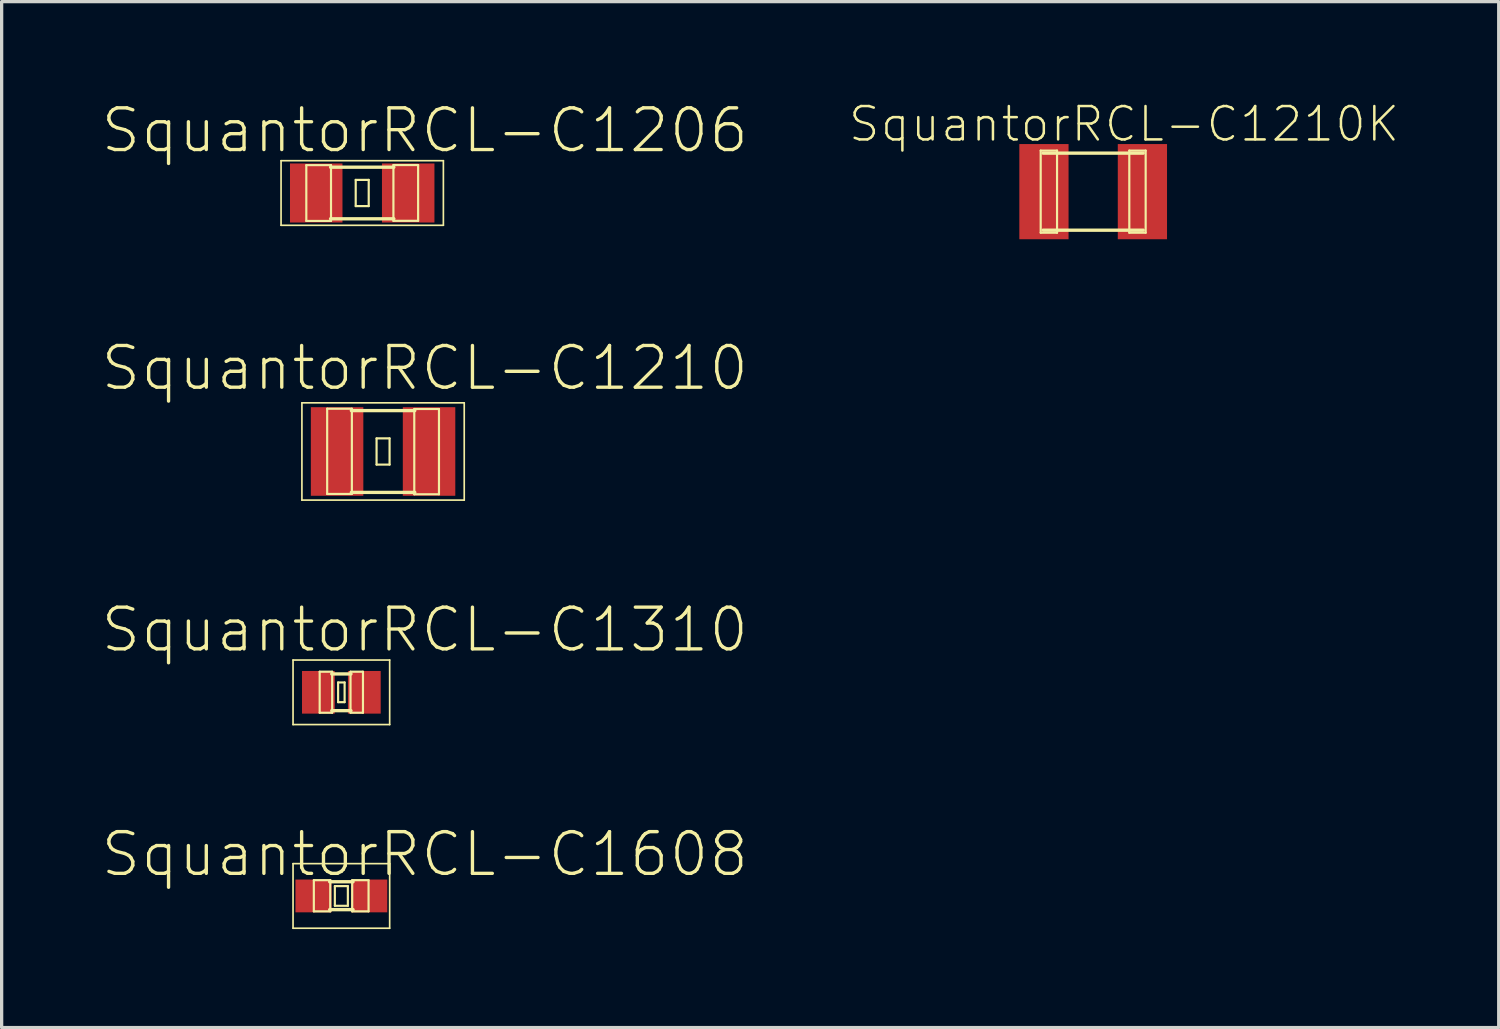
<source format=kicad_pcb>
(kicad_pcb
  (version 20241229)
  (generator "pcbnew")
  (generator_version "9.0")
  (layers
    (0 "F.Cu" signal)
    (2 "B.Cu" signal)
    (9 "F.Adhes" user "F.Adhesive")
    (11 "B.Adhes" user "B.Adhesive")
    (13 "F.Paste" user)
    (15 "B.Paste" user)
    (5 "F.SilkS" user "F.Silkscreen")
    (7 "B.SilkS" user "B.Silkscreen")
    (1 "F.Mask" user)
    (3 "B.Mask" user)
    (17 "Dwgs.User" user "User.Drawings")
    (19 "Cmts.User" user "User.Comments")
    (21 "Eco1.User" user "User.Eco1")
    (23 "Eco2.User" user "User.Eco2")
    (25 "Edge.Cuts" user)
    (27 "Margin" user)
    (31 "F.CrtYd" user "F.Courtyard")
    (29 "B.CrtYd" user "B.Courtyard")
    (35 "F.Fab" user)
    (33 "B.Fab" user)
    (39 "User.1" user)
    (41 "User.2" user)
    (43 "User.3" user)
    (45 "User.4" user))
  (footprint "SquantorRCL-C1310"
    (layer "F.Cu")
    (at 7.343 18.028)
    (property "Reference" "SquantorRCL-C1310" (at 2.54 -1.905 0) (layer "F.SilkS") (effects (font (size 1.27 1.27) (thickness 0.102))))
    (attr smd)
    (fp_line (start -1.471 -0.983) (end 1.471 -0.983) (stroke (width 0.051) (type solid)) (layer "F.SilkS"))
    (fp_line (start -1.471 0.983) (end -1.471 -0.983) (stroke (width 0.051) (type solid)) (layer "F.SilkS"))
    (fp_line (start -0.66 -0.627) (end -0.279 -0.627) (stroke (width 0.066) (type solid)) (layer "F.SilkS"))
    (fp_line (start -0.66 0.622) (end -0.66 -0.627) (stroke (width 0.066) (type solid)) (layer "F.SilkS"))
    (fp_line (start -0.66 0.622) (end -0.279 0.622) (stroke (width 0.066) (type solid)) (layer "F.SilkS"))
    (fp_line (start -0.292 -0.559) (end 0.292 -0.559) (stroke (width 0.102) (type solid)) (layer "F.SilkS"))
    (fp_line (start -0.292 0.559) (end 0.292 0.559) (stroke (width 0.102) (type solid)) (layer "F.SilkS"))
    (fp_line (start -0.279 0.622) (end -0.279 -0.627) (stroke (width 0.066) (type solid)) (layer "F.SilkS"))
    (fp_line (start -0.099 -0.3) (end 0.099 -0.3) (stroke (width 0.066) (type solid)) (layer "F.SilkS"))
    (fp_line (start -0.099 0.3) (end -0.099 -0.3) (stroke (width 0.066) (type solid)) (layer "F.SilkS"))
    (fp_line (start -0.099 0.3) (end 0.099 0.3) (stroke (width 0.066) (type solid)) (layer "F.SilkS"))
    (fp_line (start 0.099 0.3) (end 0.099 -0.3) (stroke (width 0.066) (type solid)) (layer "F.SilkS"))
    (fp_line (start 0.279 -0.627) (end 0.658 -0.627) (stroke (width 0.066) (type solid)) (layer "F.SilkS"))
    (fp_line (start 0.279 0.622) (end 0.279 -0.627) (stroke (width 0.066) (type solid)) (layer "F.SilkS"))
    (fp_line (start 0.279 0.622) (end 0.658 0.622) (stroke (width 0.066) (type solid)) (layer "F.SilkS"))
    (fp_line (start 0.658 0.622) (end 0.658 -0.627) (stroke (width 0.066) (type solid)) (layer "F.SilkS"))
    (fp_line (start 1.471 -0.983) (end 1.471 0.983) (stroke (width 0.051) (type solid)) (layer "F.SilkS"))
    (fp_line (start 1.471 0.983) (end -1.471 0.983) (stroke (width 0.051) (type solid)) (layer "F.SilkS"))
    (pad "1" smd rect (at -0.699 0) (size 0.998 1.298) (layers "F.Cu" "F.Mask" "F.Paste"))
    (pad "2" smd rect (at 0.699 0) (size 0.998 1.298) (layers "F.Cu" "F.Mask" "F.Paste")))
  (footprint "SquantorRCL-C1210"
    (layer "F.Cu")
    (at 8.613 10.696)
    (property "Reference" "SquantorRCL-C1210" (at 1.27 -2.54 0) (layer "F.SilkS") (effects (font (size 1.27 1.27) (thickness 0.102))))
    (attr smd)
    (fp_line (start -2.471 -1.481) (end 2.471 -1.481) (stroke (width 0.051) (type solid)) (layer "F.SilkS"))
    (fp_line (start -2.471 1.481) (end -2.471 -1.481) (stroke (width 0.051) (type solid)) (layer "F.SilkS"))
    (fp_line (start -1.702 -1.303) (end -0.95 -1.303) (stroke (width 0.066) (type solid)) (layer "F.SilkS"))
    (fp_line (start -1.702 1.293) (end -1.702 -1.303) (stroke (width 0.066) (type solid)) (layer "F.SilkS"))
    (fp_line (start -1.702 1.293) (end -0.95 1.293) (stroke (width 0.066) (type solid)) (layer "F.SilkS"))
    (fp_line (start -0.965 -1.245) (end 0.965 -1.245) (stroke (width 0.102) (type solid)) (layer "F.SilkS"))
    (fp_line (start -0.965 1.245) (end 0.965 1.245) (stroke (width 0.102) (type solid)) (layer "F.SilkS"))
    (fp_line (start -0.95 1.293) (end -0.95 -1.303) (stroke (width 0.066) (type solid)) (layer "F.SilkS"))
    (fp_line (start -0.198 -0.399) (end 0.198 -0.399) (stroke (width 0.066) (type solid)) (layer "F.SilkS"))
    (fp_line (start -0.198 0.399) (end -0.198 -0.399) (stroke (width 0.066) (type solid)) (layer "F.SilkS"))
    (fp_line (start -0.198 0.399) (end 0.198 0.399) (stroke (width 0.066) (type solid)) (layer "F.SilkS"))
    (fp_line (start 0.198 0.399) (end 0.198 -0.399) (stroke (width 0.066) (type solid)) (layer "F.SilkS"))
    (fp_line (start 0.95 -1.293) (end 1.702 -1.293) (stroke (width 0.066) (type solid)) (layer "F.SilkS"))
    (fp_line (start 0.95 1.303) (end 0.95 -1.293) (stroke (width 0.066) (type solid)) (layer "F.SilkS"))
    (fp_line (start 0.95 1.303) (end 1.702 1.303) (stroke (width 0.066) (type solid)) (layer "F.SilkS"))
    (fp_line (start 1.702 1.303) (end 1.702 -1.293) (stroke (width 0.066) (type solid)) (layer "F.SilkS"))
    (fp_line (start 2.471 -1.481) (end 2.471 1.481) (stroke (width 0.051) (type solid)) (layer "F.SilkS"))
    (fp_line (start 2.471 1.481) (end -2.471 1.481) (stroke (width 0.051) (type solid)) (layer "F.SilkS"))
    (pad "1" smd rect (at -1.4 0) (size 1.598 2.697) (layers "F.Cu" "F.Mask" "F.Paste"))
    (pad "2" smd rect (at 1.4 0) (size 1.598 2.697) (layers "F.Cu" "F.Mask" "F.Paste")))
  (footprint "SquantorRCL-C1206"
    (layer "F.Cu")
    (at 7.978 2.826)
    (property "Reference" "SquantorRCL-C1206" (at 1.905 -1.905 0) (layer "F.SilkS") (effects (font (size 1.27 1.27) (thickness 0.102))))
    (attr smd)
    (fp_line (start -2.471 -0.983) (end 2.471 -0.983) (stroke (width 0.051) (type solid)) (layer "F.SilkS"))
    (fp_line (start -2.471 0.983) (end -2.471 -0.983) (stroke (width 0.051) (type solid)) (layer "F.SilkS"))
    (fp_line (start -1.702 -0.848) (end -0.95 -0.848) (stroke (width 0.066) (type solid)) (layer "F.SilkS"))
    (fp_line (start -1.702 0.851) (end -1.702 -0.848) (stroke (width 0.066) (type solid)) (layer "F.SilkS"))
    (fp_line (start -1.702 0.851) (end -0.95 0.851) (stroke (width 0.066) (type solid)) (layer "F.SilkS"))
    (fp_line (start -0.963 -0.785) (end 0.963 -0.785) (stroke (width 0.102) (type solid)) (layer "F.SilkS"))
    (fp_line (start -0.963 0.785) (end 0.963 0.785) (stroke (width 0.102) (type solid)) (layer "F.SilkS"))
    (fp_line (start -0.95 0.851) (end -0.95 -0.848) (stroke (width 0.066) (type solid)) (layer "F.SilkS"))
    (fp_line (start -0.198 -0.399) (end 0.198 -0.399) (stroke (width 0.066) (type solid)) (layer "F.SilkS"))
    (fp_line (start -0.198 0.399) (end -0.198 -0.399) (stroke (width 0.066) (type solid)) (layer "F.SilkS"))
    (fp_line (start -0.198 0.399) (end 0.198 0.399) (stroke (width 0.066) (type solid)) (layer "F.SilkS"))
    (fp_line (start 0.198 0.399) (end 0.198 -0.399) (stroke (width 0.066) (type solid)) (layer "F.SilkS"))
    (fp_line (start 0.95 -0.851) (end 1.702 -0.851) (stroke (width 0.066) (type solid)) (layer "F.SilkS"))
    (fp_line (start 0.95 0.848) (end 0.95 -0.851) (stroke (width 0.066) (type solid)) (layer "F.SilkS"))
    (fp_line (start 0.95 0.848) (end 1.702 0.848) (stroke (width 0.066) (type solid)) (layer "F.SilkS"))
    (fp_line (start 1.702 0.848) (end 1.702 -0.851) (stroke (width 0.066) (type solid)) (layer "F.SilkS"))
    (fp_line (start 2.471 -0.983) (end 2.471 0.983) (stroke (width 0.051) (type solid)) (layer "F.SilkS"))
    (fp_line (start 2.471 0.983) (end -2.471 0.983) (stroke (width 0.051) (type solid)) (layer "F.SilkS"))
    (pad "1" smd rect (at -1.4 0) (size 1.598 1.798) (layers "F.Cu" "F.Mask" "F.Paste"))
    (pad "2" smd rect (at 1.4 0) (size 1.598 1.798) (layers "F.Cu" "F.Mask" "F.Paste")))
  (footprint "SquantorRCL-C1608"
    (layer "F.Cu")
    (at 7.343 24.228)
    (property "Reference" "SquantorRCL-C1608" (at 2.54 -1.27 0) (layer "F.SilkS") (effects (font (size 1.27 1.27) (thickness 0.102))))
    (attr smd)
    (fp_line (start -1.471 -0.983) (end 1.471 -0.983) (stroke (width 0.051) (type solid)) (layer "F.SilkS"))
    (fp_line (start -1.471 0.983) (end -1.471 -0.983) (stroke (width 0.051) (type solid)) (layer "F.SilkS"))
    (fp_line (start -0.838 -0.48) (end -0.338 -0.48) (stroke (width 0.066) (type solid)) (layer "F.SilkS"))
    (fp_line (start -0.838 0.47) (end -0.838 -0.48) (stroke (width 0.066) (type solid)) (layer "F.SilkS"))
    (fp_line (start -0.838 0.47) (end -0.338 0.47) (stroke (width 0.066) (type solid)) (layer "F.SilkS"))
    (fp_line (start -0.356 -0.432) (end 0.356 -0.432) (stroke (width 0.102) (type solid)) (layer "F.SilkS"))
    (fp_line (start -0.356 0.417) (end 0.356 0.417) (stroke (width 0.102) (type solid)) (layer "F.SilkS"))
    (fp_line (start -0.338 0.47) (end -0.338 -0.48) (stroke (width 0.066) (type solid)) (layer "F.SilkS"))
    (fp_line (start -0.198 -0.3) (end 0.198 -0.3) (stroke (width 0.066) (type solid)) (layer "F.SilkS"))
    (fp_line (start -0.198 0.3) (end -0.198 -0.3) (stroke (width 0.066) (type solid)) (layer "F.SilkS"))
    (fp_line (start -0.198 0.3) (end 0.198 0.3) (stroke (width 0.066) (type solid)) (layer "F.SilkS"))
    (fp_line (start 0.198 0.3) (end 0.198 -0.3) (stroke (width 0.066) (type solid)) (layer "F.SilkS"))
    (fp_line (start 0.33 -0.48) (end 0.828 -0.48) (stroke (width 0.066) (type solid)) (layer "F.SilkS"))
    (fp_line (start 0.33 0.47) (end 0.33 -0.48) (stroke (width 0.066) (type solid)) (layer "F.SilkS"))
    (fp_line (start 0.33 0.47) (end 0.828 0.47) (stroke (width 0.066) (type solid)) (layer "F.SilkS"))
    (fp_line (start 0.828 0.47) (end 0.828 -0.48) (stroke (width 0.066) (type solid)) (layer "F.SilkS"))
    (fp_line (start 1.471 -0.983) (end 1.471 0.983) (stroke (width 0.051) (type solid)) (layer "F.SilkS"))
    (fp_line (start 1.471 0.983) (end -1.471 0.983) (stroke (width 0.051) (type solid)) (layer "F.SilkS"))
    (pad "1" smd rect (at -0.848 0) (size 1.1 0.998) (layers "F.Cu" "F.Mask" "F.Paste"))
    (pad "2" smd rect (at 0.848 0) (size 1.1 0.998) (layers "F.Cu" "F.Mask" "F.Paste")))
  (footprint "SquantorRCL-C1210K"
    (layer "F.Cu")
    (at 30.233 2.785)
    (property "Reference" "SquantorRCL-C1210K" (at 0.94 -2.057 0) (layer "F.SilkS") (effects (font (size 1.016 1.016) (thickness 0.076))))
    (attr smd)
    (fp_line (start -1.598 -1.25) (end -1.1 -1.25) (stroke (width 0.066) (type solid)) (layer "F.SilkS"))
    (fp_line (start -1.598 1.25) (end -1.598 -1.25) (stroke (width 0.066) (type solid)) (layer "F.SilkS"))
    (fp_line (start -1.598 1.25) (end -1.1 1.25) (stroke (width 0.066) (type solid)) (layer "F.SilkS"))
    (fp_line (start -1.524 -1.173) (end 1.524 -1.173) (stroke (width 0.102) (type solid)) (layer "F.SilkS"))
    (fp_line (start -1.1 1.25) (end -1.1 -1.25) (stroke (width 0.066) (type solid)) (layer "F.SilkS"))
    (fp_line (start 1.1 -1.25) (end 1.598 -1.25) (stroke (width 0.066) (type solid)) (layer "F.SilkS"))
    (fp_line (start 1.1 1.25) (end 1.1 -1.25) (stroke (width 0.066) (type solid)) (layer "F.SilkS"))
    (fp_line (start 1.1 1.25) (end 1.598 1.25) (stroke (width 0.066) (type solid)) (layer "F.SilkS"))
    (fp_line (start 1.524 1.173) (end -1.524 1.173) (stroke (width 0.102) (type solid)) (layer "F.SilkS"))
    (fp_line (start 1.598 1.25) (end 1.598 -1.25) (stroke (width 0.066) (type solid)) (layer "F.SilkS"))
    (pad "1" smd rect (at -1.499 0) (size 1.499 2.898) (layers "F.Cu" "F.Mask" "F.Paste"))
    (pad "2" smd rect (at 1.499 0) (size 1.499 2.898) (layers "F.Cu" "F.Mask" "F.Paste")))
  (gr_rect
    (start -3 -3)
    (end 42.58 28.236)
    (stroke (width 0.1) (type default))
    (fill no)
    (layer "Edge.Cuts")))
</source>
